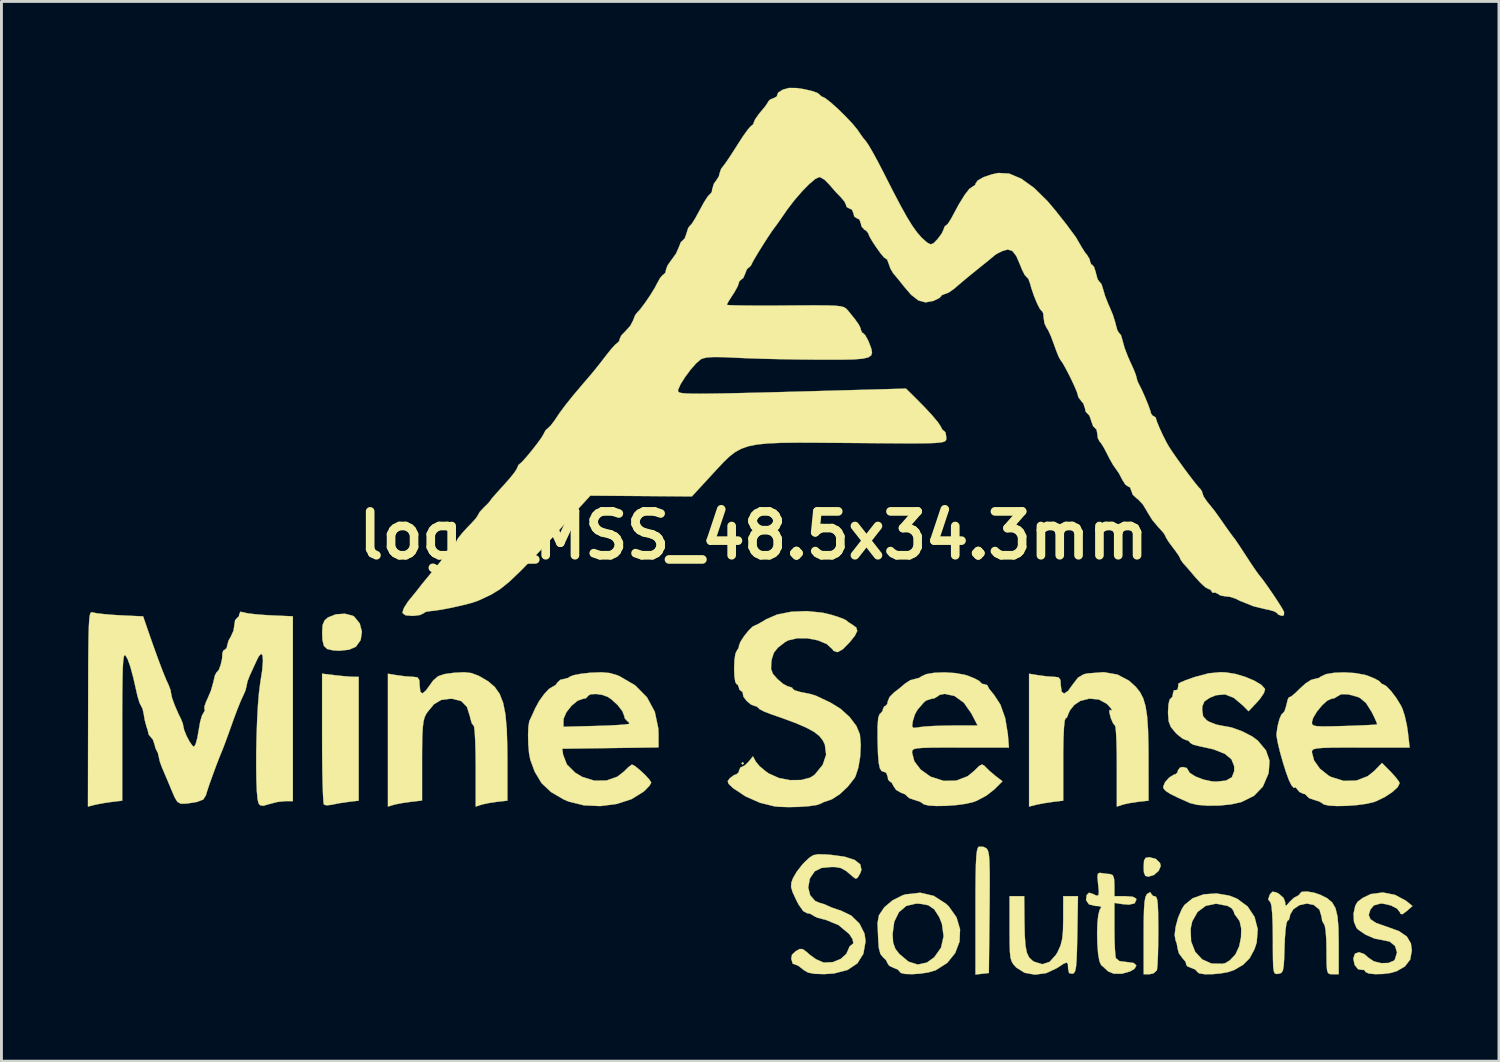
<source format=kicad_pcb>
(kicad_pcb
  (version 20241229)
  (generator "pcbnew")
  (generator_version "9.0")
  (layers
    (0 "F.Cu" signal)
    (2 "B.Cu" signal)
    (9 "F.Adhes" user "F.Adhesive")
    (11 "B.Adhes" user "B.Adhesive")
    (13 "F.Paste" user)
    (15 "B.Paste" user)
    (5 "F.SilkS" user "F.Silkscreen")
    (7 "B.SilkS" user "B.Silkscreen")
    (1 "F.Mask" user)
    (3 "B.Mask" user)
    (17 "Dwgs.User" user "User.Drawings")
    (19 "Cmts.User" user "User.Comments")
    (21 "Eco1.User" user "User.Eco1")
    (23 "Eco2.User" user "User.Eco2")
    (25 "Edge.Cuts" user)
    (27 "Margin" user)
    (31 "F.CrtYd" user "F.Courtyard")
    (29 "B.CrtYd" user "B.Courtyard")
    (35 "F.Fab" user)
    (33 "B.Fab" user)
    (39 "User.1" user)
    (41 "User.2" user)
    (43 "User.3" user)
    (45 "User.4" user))
  (footprint "logo_MSS_48.5x34.3mm"
    (layer "F.Cu")
    (at 23.123 15.545)
    (property "Reference" "logo_MSS_48.5x34.3mm" (at 0 0 0) (layer "F.SilkS") (effects (font (size 1.524 1.524) (thickness 0.3))))
    (attr through_hole)
    (fp_poly (pts (xy -0.339 7.916) (xy -0.381 7.959) (xy -0.423 7.916) (xy -0.381 7.874) (xy -0.339 7.916)) (stroke (width 0.01) (type solid)) (fill yes) (layer "F.SilkS"))
    (fp_poly (pts (xy 13.968 11.234) (xy 14.114 11.378) (xy 14.139 11.483) (xy 14.068 11.65) (xy 13.901 11.794) (xy 13.71 11.853) (xy 13.603 11.823) (xy 13.555 11.702) (xy 13.547 11.515) (xy 13.559 11.296) (xy 13.614 11.198) (xy 13.739 11.176) (xy 13.741 11.176) (xy 13.968 11.234)) (stroke (width 0.01) (type solid)) (fill yes) (layer "F.SilkS"))
    (fp_poly (pts (xy -14.541 4.856) (xy -14.247 4.887) (xy -13.996 4.907) (xy -13.906 4.91) (xy -13.716 4.911) (xy -13.716 9.212) (xy -14.076 9.255) (xy -14.359 9.296) (xy -14.607 9.344) (xy -14.648 9.354) (xy -14.83 9.375) (xy -14.924 9.348) (xy -14.94 9.249) (xy -14.955 9.005) (xy -14.968 8.637) (xy -14.978 8.168) (xy -14.984 7.621) (xy -14.986 7.044) (xy -14.986 4.802) (xy -14.541 4.856)) (stroke (width 0.01) (type solid)) (fill yes) (layer "F.SilkS"))
    (fp_poly (pts (xy -13.926 2.788) (xy -13.867 2.825) (xy -13.679 3.058) (xy -13.604 3.346) (xy -13.647 3.634) (xy -13.81 3.863) (xy -13.813 3.866) (xy -14.051 3.969) (xy -14.391 4.006) (xy -14.605 3.993) (xy -14.809 3.945) (xy -14.925 3.834) (xy -14.975 3.623) (xy -14.985 3.375) (xy -14.968 3.112) (xy -14.901 2.952) (xy -14.777 2.846) (xy -14.505 2.74) (xy -14.195 2.72) (xy -13.926 2.788)) (stroke (width 0.01) (type solid)) (fill yes) (layer "F.SilkS"))
    (fp_poly (pts (xy 7.985 10.817) (xy 8.079 10.864) (xy 8.121 10.912) (xy 8.154 10.998) (xy 8.177 11.141) (xy 8.191 11.364) (xy 8.199 11.684) (xy 8.2 12.123) (xy 8.197 12.7) (xy 8.193 13.081) (xy 8.17 15.198) (xy 7.938 15.224) (xy 7.705 15.251) (xy 7.705 13.053) (xy 7.706 12.368) (xy 7.711 11.834) (xy 7.72 11.433) (xy 7.735 11.148) (xy 7.756 10.962) (xy 7.784 10.855) (xy 7.821 10.811) (xy 7.823 10.81) (xy 7.985 10.817)) (stroke (width 0.01) (type solid)) (fill yes) (layer "F.SilkS"))
    (fp_poly (pts (xy 13.801 12.436) (xy 13.869 12.52) (xy 13.928 12.531) (xy 13.978 12.554) (xy 14.014 12.64) (xy 14.037 12.813) (xy 14.049 13.097) (xy 14.054 13.515) (xy 14.055 13.751) (xy 14.051 14.198) (xy 14.042 14.591) (xy 14.028 14.895) (xy 14.01 15.077) (xy 14.003 15.106) (xy 13.888 15.21) (xy 13.749 15.24) (xy 13.547 15.24) (xy 13.547 13.896) (xy 13.549 13.369) (xy 13.559 12.986) (xy 13.578 12.725) (xy 13.609 12.56) (xy 13.653 12.468) (xy 13.674 12.446) (xy 13.779 12.389) (xy 13.801 12.436)) (stroke (width 0.01) (type solid)) (fill yes) (layer "F.SilkS"))
    (fp_poly (pts (xy 9.406 13.399) (xy 9.417 13.894) (xy 9.443 14.249) (xy 9.491 14.494) (xy 9.568 14.657) (xy 9.682 14.767) (xy 9.746 14.807) (xy 10.029 14.892) (xy 10.282 14.81) (xy 10.504 14.561) (xy 10.562 14.46) (xy 10.659 14.246) (xy 10.717 14.019) (xy 10.745 13.727) (xy 10.753 13.318) (xy 10.753 13.314) (xy 10.753 12.531) (xy 11.265 12.531) (xy 11.242 13.863) (xy 11.231 14.369) (xy 11.218 14.731) (xy 11.199 14.972) (xy 11.171 15.118) (xy 11.131 15.194) (xy 11.076 15.223) (xy 11.07 15.224) (xy 10.957 15.2) (xy 10.922 15.048) (xy 10.922 15.035) (xy 10.916 14.885) (xy 10.873 14.833) (xy 10.762 14.878) (xy 10.546 15.02) (xy 10.533 15.028) (xy 10.164 15.201) (xy 9.774 15.255) (xy 9.412 15.19) (xy 9.123 15.008) (xy 9.118 15.003) (xy 9.025 14.9) (xy 8.962 14.798) (xy 8.922 14.663) (xy 8.901 14.462) (xy 8.892 14.164) (xy 8.89 13.734) (xy 8.89 13.648) (xy 8.89 12.531) (xy 9.398 12.531) (xy 9.406 13.399)) (stroke (width 0.01) (type solid)) (fill yes) (layer "F.SilkS"))
    (fp_poly (pts (xy 12.075 11.726) (xy 12.295 11.756) (xy 12.383 11.762) (xy 12.477 11.802) (xy 12.521 11.935) (xy 12.531 12.15) (xy 12.531 12.531) (xy 12.912 12.531) (xy 13.168 12.549) (xy 13.282 12.61) (xy 13.293 12.651) (xy 13.231 12.78) (xy 13.038 12.824) (xy 12.806 12.805) (xy 12.531 12.763) (xy 12.531 13.656) (xy 12.535 14.039) (xy 12.548 14.368) (xy 12.567 14.6) (xy 12.582 14.683) (xy 12.707 14.785) (xy 12.963 14.817) (xy 13.202 14.85) (xy 13.293 14.936) (xy 13.229 15.051) (xy 13.077 15.142) (xy 12.791 15.223) (xy 12.514 15.223) (xy 12.314 15.142) (xy 12.302 15.131) (xy 12.148 14.987) (xy 12.069 14.919) (xy 12.009 14.786) (xy 11.965 14.529) (xy 11.939 14.195) (xy 11.93 13.83) (xy 11.94 13.479) (xy 11.97 13.187) (xy 12.019 13.001) (xy 12.04 12.971) (xy 12.075 12.9) (xy 11.975 12.872) (xy 11.879 12.869) (xy 11.648 12.815) (xy 11.545 12.667) (xy 11.568 12.49) (xy 11.648 12.409) (xy 11.772 12.448) (xy 11.911 12.512) (xy 11.979 12.493) (xy 11.99 12.362) (xy 11.965 12.113) (xy 11.942 11.866) (xy 11.958 11.748) (xy 12.023 11.719) (xy 12.075 11.726)) (stroke (width 0.01) (type solid)) (fill yes) (layer "F.SilkS"))
    (fp_poly (pts (xy 6.254 12.518) (xy 6.678 12.79) (xy 6.777 12.883) (xy 7.047 13.263) (xy 7.17 13.68) (xy 7.152 14.105) (xy 7.001 14.504) (xy 6.724 14.847) (xy 6.326 15.1) (xy 6.305 15.109) (xy 6.078 15.175) (xy 5.797 15.219) (xy 5.511 15.238) (xy 5.266 15.231) (xy 5.111 15.195) (xy 5.08 15.157) (xy 5.008 15.077) (xy 4.868 15.021) (xy 4.71 14.947) (xy 4.657 14.869) (xy 4.595 14.745) (xy 4.501 14.657) (xy 4.404 14.537) (xy 4.349 14.327) (xy 4.327 14.031) (xy 4.32 13.846) (xy 4.826 13.846) (xy 4.826 13.847) (xy 4.846 14.147) (xy 4.925 14.361) (xy 5.059 14.535) (xy 5.379 14.803) (xy 5.7 14.904) (xy 6.017 14.836) (xy 6.276 14.65) (xy 6.51 14.316) (xy 6.599 13.919) (xy 6.54 13.489) (xy 6.445 13.253) (xy 6.275 12.988) (xy 6.067 12.844) (xy 5.767 12.791) (xy 5.63 12.789) (xy 5.303 12.867) (xy 5.049 13.083) (xy 4.884 13.417) (xy 4.826 13.846) (xy 4.32 13.846) (xy 4.316 13.751) (xy 4.307 13.546) (xy 4.303 13.468) (xy 4.353 13.193) (xy 4.537 12.918) (xy 4.822 12.676) (xy 5.175 12.499) (xy 5.282 12.466) (xy 5.787 12.41) (xy 6.254 12.518)) (stroke (width 0.01) (type solid)) (fill yes) (layer "F.SilkS"))
    (fp_poly (pts (xy 16.521 12.51) (xy 16.791 12.617) (xy 17.157 12.886) (xy 17.399 13.251) (xy 17.508 13.679) (xy 17.472 14.139) (xy 17.396 14.371) (xy 17.227 14.685) (xy 16.997 14.914) (xy 16.687 15.096) (xy 16.48 15.166) (xy 16.208 15.214) (xy 15.918 15.239) (xy 15.656 15.238) (xy 15.471 15.209) (xy 15.409 15.157) (xy 15.338 15.077) (xy 15.198 15.021) (xy 15.055 14.961) (xy 15.027 14.904) (xy 15.002 14.807) (xy 14.899 14.688) (xy 14.772 14.515) (xy 14.732 14.375) (xy 14.692 14.157) (xy 14.655 14.069) (xy 14.623 13.874) (xy 14.65 13.66) (xy 15.178 13.66) (xy 15.194 14.097) (xy 15.334 14.459) (xy 15.577 14.723) (xy 15.9 14.869) (xy 16.283 14.876) (xy 16.385 14.853) (xy 16.543 14.756) (xy 16.714 14.574) (xy 16.744 14.531) (xy 16.864 14.272) (xy 16.928 13.958) (xy 16.935 13.648) (xy 16.88 13.399) (xy 16.806 13.293) (xy 16.699 13.147) (xy 16.679 13.069) (xy 16.609 12.954) (xy 16.462 12.867) (xy 16.059 12.79) (xy 15.703 12.865) (xy 15.419 13.076) (xy 15.232 13.408) (xy 15.178 13.66) (xy 14.65 13.66) (xy 14.658 13.589) (xy 14.745 13.273) (xy 14.869 12.983) (xy 14.962 12.836) (xy 15.249 12.602) (xy 15.633 12.466) (xy 16.071 12.434) (xy 16.521 12.51)) (stroke (width 0.01) (type solid)) (fill yes) (layer "F.SilkS"))
    (fp_poly (pts (xy 22.273 12.483) (xy 22.652 12.685) (xy 22.681 12.708) (xy 22.882 12.872) (xy 22.681 13.048) (xy 22.536 13.155) (xy 22.468 13.144) (xy 22.454 13.1) (xy 22.35 12.964) (xy 22.134 12.851) (xy 21.864 12.789) (xy 21.77 12.785) (xy 21.54 12.85) (xy 21.422 12.993) (xy 21.363 13.182) (xy 21.424 13.332) (xy 21.62 13.46) (xy 21.968 13.583) (xy 21.999 13.592) (xy 22.418 13.746) (xy 22.688 13.933) (xy 22.828 14.17) (xy 22.86 14.412) (xy 22.803 14.731) (xy 22.619 14.97) (xy 22.327 15.138) (xy 22.115 15.198) (xy 21.852 15.231) (xy 21.587 15.237) (xy 21.372 15.216) (xy 21.258 15.168) (xy 21.251 15.148) (xy 21.191 15.085) (xy 21.146 15.092) (xy 20.994 15.067) (xy 20.875 14.919) (xy 20.828 14.696) (xy 20.884 14.527) (xy 21.025 14.475) (xy 21.211 14.541) (xy 21.353 14.667) (xy 21.542 14.793) (xy 21.795 14.855) (xy 22.048 14.849) (xy 22.235 14.771) (xy 22.27 14.73) (xy 22.346 14.483) (xy 22.278 14.262) (xy 22.092 14.106) (xy 21.845 14.055) (xy 21.563 14.001) (xy 21.251 13.865) (xy 20.994 13.689) (xy 20.939 13.631) (xy 20.85 13.417) (xy 20.837 13.133) (xy 20.896 12.862) (xy 20.976 12.725) (xy 21.154 12.591) (xy 21.402 12.47) (xy 21.45 12.453) (xy 21.851 12.401) (xy 22.273 12.483)) (stroke (width 0.01) (type solid)) (fill yes) (layer "F.SilkS"))
    (fp_poly (pts (xy -9.805 4.78) (xy -9.571 4.867) (xy -9.503 4.9) (xy -9.215 5.07) (xy -8.99 5.264) (xy -8.82 5.505) (xy -8.699 5.815) (xy -8.619 6.216) (xy -8.573 6.731) (xy -8.554 7.38) (xy -8.551 7.773) (xy -8.551 9.212) (xy -8.911 9.252) (xy -9.187 9.293) (xy -9.421 9.343) (xy -9.461 9.355) (xy -9.652 9.418) (xy -9.652 8.011) (xy -9.656 7.544) (xy -9.668 7.143) (xy -9.685 6.835) (xy -9.707 6.648) (xy -9.726 6.604) (xy -9.786 6.53) (xy -9.84 6.346) (xy -9.849 6.297) (xy -9.955 5.958) (xy -10.149 5.756) (xy -10.451 5.676) (xy -10.541 5.673) (xy -10.852 5.715) (xy -11.1 5.862) (xy -11.331 6.141) (xy -11.369 6.199) (xy -11.425 6.311) (xy -11.465 6.463) (xy -11.491 6.681) (xy -11.507 6.995) (xy -11.514 7.43) (xy -11.515 7.818) (xy -11.515 9.207) (xy -11.917 9.254) (xy -12.202 9.295) (xy -12.444 9.342) (xy -12.509 9.359) (xy -12.7 9.418) (xy -12.7 4.804) (xy -12.383 4.856) (xy -12.101 4.893) (xy -11.847 4.91) (xy -11.832 4.91) (xy -11.675 4.929) (xy -11.611 5.021) (xy -11.599 5.207) (xy -11.576 5.429) (xy -11.504 5.49) (xy -11.382 5.388) (xy -11.297 5.271) (xy -11.125 5.033) (xy -10.958 4.892) (xy -10.737 4.816) (xy -10.406 4.771) (xy -10.392 4.77) (xy -10.053 4.752) (xy -9.805 4.78)) (stroke (width 0.01) (type solid)) (fill yes) (layer "F.SilkS"))
    (fp_poly (pts (xy 12.636 4.833) (xy 13.039 5.047) (xy 13.271 5.256) (xy 13.418 5.44) (xy 13.53 5.655) (xy 13.611 5.926) (xy 13.666 6.278) (xy 13.698 6.735) (xy 13.713 7.322) (xy 13.715 7.717) (xy 13.716 9.212) (xy 13.356 9.252) (xy 13.08 9.293) (xy 12.846 9.343) (xy 12.806 9.355) (xy 12.615 9.418) (xy 12.615 8.011) (xy 12.612 7.544) (xy 12.602 7.143) (xy 12.586 6.835) (xy 12.567 6.648) (xy 12.551 6.604) (xy 12.487 6.532) (xy 12.41 6.354) (xy 12.396 6.311) (xy 12.354 6.134) (xy 12.363 6.059) (xy 12.375 6.062) (xy 12.446 6.085) (xy 12.417 6.015) (xy 12.302 5.885) (xy 12.261 5.845) (xy 11.991 5.699) (xy 11.663 5.667) (xy 11.342 5.749) (xy 11.138 5.888) (xy 10.993 6.065) (xy 10.923 6.213) (xy 10.922 6.227) (xy 10.875 6.337) (xy 10.837 6.35) (xy 10.804 6.433) (xy 10.779 6.672) (xy 10.761 7.056) (xy 10.753 7.572) (xy 10.753 7.781) (xy 10.753 9.212) (xy 10.393 9.255) (xy 10.103 9.298) (xy 9.842 9.348) (xy 9.8 9.358) (xy 9.567 9.418) (xy 9.567 4.804) (xy 9.885 4.856) (xy 10.166 4.893) (xy 10.42 4.91) (xy 10.435 4.91) (xy 10.592 4.929) (xy 10.656 5.021) (xy 10.668 5.207) (xy 10.698 5.429) (xy 10.784 5.493) (xy 10.92 5.402) (xy 11.086 5.173) (xy 11.265 4.94) (xy 11.465 4.823) (xy 11.593 4.793) (xy 12.162 4.75) (xy 12.636 4.833)) (stroke (width 0.01) (type solid)) (fill yes) (layer "F.SilkS"))
    (fp_poly (pts (xy 19.465 12.408) (xy 19.674 12.478) (xy 19.918 12.599) (xy 20.092 12.746) (xy 20.209 12.947) (xy 20.278 13.231) (xy 20.312 13.627) (xy 20.32 14.151) (xy 20.32 15.24) (xy 20.108 15.24) (xy 20.012 15.235) (xy 19.951 15.199) (xy 19.916 15.1) (xy 19.901 14.909) (xy 19.897 14.593) (xy 19.897 14.398) (xy 19.889 14.03) (xy 19.867 13.735) (xy 19.835 13.548) (xy 19.812 13.504) (xy 19.746 13.387) (xy 19.727 13.251) (xy 19.653 12.998) (xy 19.454 12.833) (xy 19.214 12.785) (xy 18.955 12.842) (xy 18.743 12.985) (xy 18.632 13.175) (xy 18.627 13.227) (xy 18.589 13.354) (xy 18.545 13.377) (xy 18.509 13.457) (xy 18.476 13.673) (xy 18.451 13.995) (xy 18.439 14.287) (xy 18.427 14.69) (xy 18.41 14.953) (xy 18.382 15.108) (xy 18.336 15.187) (xy 18.264 15.218) (xy 18.224 15.225) (xy 18.15 15.231) (xy 18.098 15.208) (xy 18.065 15.13) (xy 18.046 14.973) (xy 18.037 14.712) (xy 18.034 14.321) (xy 18.034 14.023) (xy 18.028 13.539) (xy 18.012 13.15) (xy 17.987 12.879) (xy 17.955 12.749) (xy 17.949 12.742) (xy 17.871 12.644) (xy 17.92 12.491) (xy 17.945 12.45) (xy 18.024 12.373) (xy 18.145 12.396) (xy 18.24 12.443) (xy 18.406 12.59) (xy 18.46 12.735) (xy 18.469 12.852) (xy 18.514 12.844) (xy 18.622 12.721) (xy 18.766 12.583) (xy 18.873 12.531) (xy 18.961 12.471) (xy 18.965 12.446) (xy 19.037 12.378) (xy 19.22 12.367) (xy 19.465 12.408)) (stroke (width 0.01) (type solid)) (fill yes) (layer "F.SilkS"))
    (fp_poly (pts (xy 2.482 11.08) (xy 2.667 11.092) (xy 3.159 11.158) (xy 3.507 11.27) (xy 3.704 11.424) (xy 3.745 11.617) (xy 3.708 11.722) (xy 3.615 11.887) (xy 3.547 11.925) (xy 3.453 11.858) (xy 3.436 11.842) (xy 3.21 11.651) (xy 3.033 11.553) (xy 2.841 11.518) (xy 2.707 11.515) (xy 2.358 11.548) (xy 2.125 11.665) (xy 1.97 11.887) (xy 1.949 11.935) (xy 1.896 12.231) (xy 1.966 12.502) (xy 2.14 12.697) (xy 2.276 12.755) (xy 2.474 12.816) (xy 2.582 12.866) (xy 2.712 12.924) (xy 2.934 13) (xy 3.022 13.026) (xy 3.392 13.205) (xy 3.68 13.487) (xy 3.853 13.833) (xy 3.888 14.095) (xy 3.812 14.531) (xy 3.602 14.864) (xy 3.261 15.092) (xy 2.789 15.214) (xy 2.45 15.236) (xy 2.115 15.226) (xy 1.896 15.184) (xy 1.744 15.098) (xy 1.713 15.071) (xy 1.554 14.948) (xy 1.443 14.901) (xy 1.358 14.875) (xy 1.355 14.866) (xy 1.328 14.766) (xy 1.306 14.703) (xy 1.334 14.56) (xy 1.464 14.44) (xy 1.603 14.363) (xy 1.712 14.37) (xy 1.855 14.477) (xy 1.934 14.551) (xy 2.165 14.718) (xy 2.405 14.824) (xy 2.454 14.835) (xy 2.748 14.82) (xy 3.022 14.711) (xy 3.217 14.537) (xy 3.27 14.425) (xy 3.335 14.271) (xy 3.396 14.224) (xy 3.465 14.166) (xy 3.437 14.024) (xy 3.321 13.843) (xy 3.32 13.843) (xy 2.949 13.533) (xy 2.494 13.346) (xy 2.424 13.332) (xy 2.21 13.275) (xy 2.078 13.21) (xy 2.068 13.198) (xy 1.954 13.135) (xy 1.864 13.123) (xy 1.724 13.048) (xy 1.562 12.819) (xy 1.478 12.657) (xy 1.353 12.387) (xy 1.301 12.207) (xy 1.312 12.057) (xy 1.362 11.916) (xy 1.493 11.687) (xy 1.69 11.434) (xy 1.774 11.345) (xy 1.938 11.191) (xy 2.073 11.106) (xy 2.236 11.074) (xy 2.482 11.08)) (stroke (width 0.01) (type solid)) (fill yes) (layer "F.SilkS"))
    (fp_poly (pts (xy -5.001 4.779) (xy -4.749 4.852) (xy -4.656 4.89) (xy -4.114 5.207) (xy -3.703 5.623) (xy -3.432 6.125) (xy -3.31 6.702) (xy -3.303 6.877) (xy -3.302 7.362) (xy -4.974 7.385) (xy -6.646 7.408) (xy -6.617 7.615) (xy -6.485 7.954) (xy -6.194 8.243) (xy -5.947 8.389) (xy -5.53 8.517) (xy -5.109 8.512) (xy -4.73 8.378) (xy -4.508 8.205) (xy -4.349 8.049) (xy -4.237 7.964) (xy -4.221 7.959) (xy -4.116 8.014) (xy -3.949 8.15) (xy -3.767 8.32) (xy -3.621 8.479) (xy -3.556 8.583) (xy -3.556 8.586) (xy -3.615 8.691) (xy -3.764 8.848) (xy -3.827 8.904) (xy -4.243 9.161) (xy -4.758 9.327) (xy -5.325 9.4) (xy -5.896 9.374) (xy -6.424 9.244) (xy -6.588 9.174) (xy -7.038 8.912) (xy -7.364 8.604) (xy -7.602 8.207) (xy -7.756 7.789) (xy -7.799 7.564) (xy -7.825 7.259) (xy -7.833 6.933) (xy -7.822 6.646) (xy -6.604 6.646) (xy -5.482 6.617) (xy -5.064 6.603) (xy -4.71 6.585) (xy -4.453 6.565) (xy -4.325 6.546) (xy -4.318 6.542) (xy -4.341 6.478) (xy -4.381 6.458) (xy -4.476 6.352) (xy -4.49 6.279) (xy -4.557 6.105) (xy -4.721 5.892) (xy -4.939 5.693) (xy -5.063 5.609) (xy -5.255 5.538) (xy -5.474 5.507) (xy -5.66 5.518) (xy -5.755 5.573) (xy -5.757 5.588) (xy -5.828 5.658) (xy -5.92 5.673) (xy -6.115 5.742) (xy -6.325 5.916) (xy -6.502 6.141) (xy -6.598 6.364) (xy -6.604 6.42) (xy -6.604 6.646) (xy -7.822 6.646) (xy -7.822 6.645) (xy -7.791 6.455) (xy -7.783 6.435) (xy -7.707 6.275) (xy -7.604 6.048) (xy -7.588 6.011) (xy -7.45 5.756) (xy -7.277 5.515) (xy -7.107 5.332) (xy -6.974 5.25) (xy -6.963 5.249) (xy -6.86 5.182) (xy -6.827 5.122) (xy -6.712 5.014) (xy -6.624 4.995) (xy -6.442 4.949) (xy -6.378 4.905) (xy -6.254 4.855) (xy -6.011 4.808) (xy -5.698 4.772) (xy -5.663 4.769) (xy -5.283 4.754) (xy -5.001 4.779)) (stroke (width 0.01) (type solid)) (fill yes) (layer "F.SilkS"))
    (fp_poly (pts (xy 16.406 4.758) (xy 16.734 4.811) (xy 17.077 4.913) (xy 17.39 5.045) (xy 17.631 5.188) (xy 17.755 5.324) (xy 17.762 5.346) (xy 17.722 5.476) (xy 17.592 5.669) (xy 17.488 5.79) (xy 17.189 6.106) (xy 16.997 5.911) (xy 16.676 5.64) (xy 16.374 5.522) (xy 16.061 5.55) (xy 15.846 5.637) (xy 15.657 5.763) (xy 15.586 5.929) (xy 15.579 6.058) (xy 15.611 6.283) (xy 15.741 6.425) (xy 15.828 6.475) (xy 16.066 6.569) (xy 16.273 6.611) (xy 16.596 6.669) (xy 16.97 6.804) (xy 17.316 6.982) (xy 17.514 7.129) (xy 17.795 7.468) (xy 17.917 7.821) (xy 17.891 8.218) (xy 17.874 8.287) (xy 17.686 8.723) (xy 17.378 9.044) (xy 16.939 9.261) (xy 16.929 9.264) (xy 16.594 9.339) (xy 16.189 9.381) (xy 15.773 9.387) (xy 15.405 9.357) (xy 15.155 9.295) (xy 14.748 9.114) (xy 14.475 8.979) (xy 14.313 8.876) (xy 14.238 8.791) (xy 14.224 8.732) (xy 14.288 8.573) (xy 14.435 8.408) (xy 14.6 8.306) (xy 14.648 8.297) (xy 14.723 8.229) (xy 14.732 8.17) (xy 14.803 8.067) (xy 14.901 8.043) (xy 15.039 8.076) (xy 15.071 8.121) (xy 15.147 8.247) (xy 15.344 8.372) (xy 15.614 8.477) (xy 15.91 8.541) (xy 16.065 8.551) (xy 16.408 8.515) (xy 16.612 8.396) (xy 16.693 8.182) (xy 16.69 8.012) (xy 16.596 7.775) (xy 16.362 7.583) (xy 15.978 7.431) (xy 15.48 7.321) (xy 15.273 7.269) (xy 15.162 7.206) (xy 15.155 7.189) (xy 15.087 7.121) (xy 15.029 7.112) (xy 14.896 7.055) (xy 14.714 6.911) (xy 14.648 6.845) (xy 14.492 6.655) (xy 14.416 6.463) (xy 14.394 6.193) (xy 14.393 6.126) (xy 14.408 5.875) (xy 14.444 5.71) (xy 14.478 5.673) (xy 14.546 5.602) (xy 14.563 5.498) (xy 14.595 5.381) (xy 14.647 5.376) (xy 14.724 5.359) (xy 14.751 5.214) (xy 14.747 5.157) (xy 14.818 5.109) (xy 15.012 5.027) (xy 15.288 4.929) (xy 15.331 4.915) (xy 15.799 4.79) (xy 16.211 4.75) (xy 16.406 4.758)) (stroke (width 0.01) (type solid)) (fill yes) (layer "F.SilkS"))
    (fp_poly (pts (xy 20.89 4.781) (xy 21.223 4.841) (xy 21.329 4.874) (xy 21.568 4.971) (xy 21.724 5.057) (xy 21.759 5.097) (xy 21.825 5.162) (xy 21.849 5.165) (xy 21.971 5.232) (xy 22.139 5.406) (xy 22.319 5.643) (xy 22.477 5.902) (xy 22.529 6.006) (xy 22.613 6.261) (xy 22.688 6.596) (xy 22.724 6.838) (xy 22.784 7.366) (xy 21.086 7.366) (xy 20.51 7.367) (xy 20.081 7.37) (xy 19.778 7.379) (xy 19.579 7.395) (xy 19.463 7.42) (xy 19.407 7.456) (xy 19.39 7.506) (xy 19.389 7.528) (xy 19.465 7.816) (xy 19.668 8.102) (xy 19.965 8.339) (xy 20.051 8.387) (xy 20.492 8.525) (xy 20.931 8.515) (xy 21.329 8.361) (xy 21.555 8.18) (xy 21.823 7.904) (xy 22.13 8.213) (xy 22.305 8.405) (xy 22.416 8.556) (xy 22.437 8.607) (xy 22.365 8.747) (xy 22.178 8.917) (xy 21.917 9.089) (xy 21.624 9.23) (xy 21.548 9.258) (xy 21.292 9.32) (xy 20.964 9.365) (xy 20.607 9.392) (xy 20.267 9.399) (xy 19.986 9.384) (xy 19.809 9.346) (xy 19.774 9.32) (xy 19.663 9.248) (xy 19.472 9.186) (xy 19.295 9.125) (xy 19.219 9.054) (xy 19.219 9.053) (xy 19.151 8.983) (xy 19.097 8.975) (xy 18.956 8.909) (xy 18.887 8.826) (xy 18.819 8.742) (xy 18.799 8.761) (xy 18.758 8.765) (xy 18.675 8.67) (xy 18.593 8.501) (xy 18.49 8.221) (xy 18.382 7.877) (xy 18.281 7.52) (xy 18.204 7.199) (xy 18.162 6.962) (xy 18.16 6.89) (xy 18.201 6.615) (xy 18.233 6.492) (xy 19.389 6.492) (xy 19.399 6.557) (xy 19.447 6.6) (xy 19.559 6.625) (xy 19.763 6.634) (xy 20.084 6.63) (xy 20.511 6.619) (xy 20.927 6.605) (xy 21.277 6.59) (xy 21.528 6.577) (xy 21.65 6.566) (xy 21.656 6.564) (xy 21.633 6.484) (xy 21.55 6.301) (xy 21.461 6.124) (xy 21.27 5.822) (xy 21.065 5.648) (xy 20.966 5.604) (xy 20.645 5.519) (xy 20.402 5.516) (xy 20.278 5.588) (xy 20.158 5.66) (xy 20.068 5.673) (xy 19.92 5.74) (xy 19.737 5.907) (xy 19.56 6.125) (xy 19.43 6.343) (xy 19.389 6.492) (xy 18.233 6.492) (xy 18.264 6.373) (xy 18.334 6.214) (xy 18.376 6.181) (xy 18.438 6.107) (xy 18.497 5.924) (xy 18.506 5.88) (xy 18.552 5.696) (xy 18.595 5.618) (xy 18.603 5.621) (xy 18.678 5.588) (xy 18.829 5.46) (xy 18.961 5.329) (xy 19.169 5.141) (xy 19.358 5.02) (xy 19.443 4.995) (xy 19.63 4.95) (xy 19.703 4.902) (xy 19.877 4.819) (xy 20.167 4.77) (xy 20.521 4.757) (xy 20.89 4.781)) (stroke (width 0.01) (type solid)) (fill yes) (layer "F.SilkS"))
    (fp_poly (pts (xy 7.005 4.781) (xy 7.337 4.841) (xy 7.444 4.874) (xy 7.682 4.971) (xy 7.839 5.057) (xy 7.874 5.097) (xy 7.943 5.157) (xy 8.001 5.165) (xy 8.114 5.2) (xy 8.128 5.229) (xy 8.18 5.328) (xy 8.31 5.489) (xy 8.339 5.521) (xy 8.569 5.871) (xy 8.737 6.343) (xy 8.829 6.895) (xy 8.831 6.921) (xy 8.866 7.366) (xy 7.185 7.366) (xy 6.612 7.367) (xy 6.187 7.37) (xy 5.887 7.378) (xy 5.691 7.393) (xy 5.576 7.418) (xy 5.522 7.455) (xy 5.505 7.507) (xy 5.503 7.543) (xy 5.582 7.845) (xy 5.801 8.132) (xy 6.129 8.368) (xy 6.16 8.384) (xy 6.603 8.525) (xy 7.039 8.516) (xy 7.433 8.363) (xy 7.663 8.176) (xy 7.83 8.01) (xy 7.932 7.955) (xy 8.013 7.997) (xy 8.049 8.037) (xy 8.202 8.187) (xy 8.402 8.355) (xy 8.407 8.358) (xy 8.643 8.539) (xy 8.353 8.828) (xy 8.084 9.037) (xy 7.754 9.213) (xy 7.636 9.258) (xy 7.37 9.321) (xy 7.038 9.366) (xy 6.682 9.392) (xy 6.346 9.397) (xy 6.075 9.381) (xy 5.912 9.34) (xy 5.888 9.32) (xy 5.778 9.248) (xy 5.587 9.186) (xy 5.41 9.127) (xy 5.334 9.063) (xy 5.334 9.062) (xy 5.262 8.992) (xy 5.128 8.941) (xy 4.948 8.838) (xy 4.868 8.72) (xy 4.792 8.584) (xy 4.736 8.551) (xy 4.671 8.48) (xy 4.657 8.382) (xy 4.606 8.245) (xy 4.535 8.213) (xy 4.449 8.187) (xy 4.387 8.094) (xy 4.347 7.91) (xy 4.321 7.61) (xy 4.307 7.169) (xy 4.305 7.074) (xy 4.305 6.631) (xy 4.306 6.626) (xy 5.504 6.626) (xy 5.552 6.687) (xy 5.718 6.667) (xy 5.755 6.66) (xy 5.958 6.636) (xy 6.279 6.617) (xy 6.665 6.606) (xy 6.907 6.604) (xy 7.781 6.604) (xy 7.562 6.181) (xy 7.299 5.807) (xy 6.979 5.577) (xy 6.638 5.503) (xy 6.464 5.537) (xy 6.392 5.588) (xy 6.273 5.66) (xy 6.179 5.673) (xy 5.991 5.734) (xy 5.909 5.803) (xy 5.758 5.978) (xy 5.693 6.052) (xy 5.601 6.217) (xy 5.531 6.443) (xy 5.504 6.626) (xy 4.306 6.626) (xy 4.327 6.347) (xy 4.371 6.212) (xy 4.388 6.2) (xy 4.479 6.098) (xy 4.487 6.047) (xy 4.535 5.939) (xy 4.572 5.927) (xy 4.642 5.856) (xy 4.657 5.769) (xy 4.721 5.613) (xy 4.877 5.455) (xy 4.881 5.452) (xy 5.096 5.287) (xy 5.262 5.144) (xy 5.441 5.028) (xy 5.571 4.995) (xy 5.754 4.946) (xy 5.817 4.902) (xy 5.992 4.819) (xy 6.281 4.77) (xy 6.636 4.757) (xy 7.005 4.781)) (stroke (width 0.01) (type solid)) (fill yes) (layer "F.SilkS"))
    (fp_poly (pts (xy 2.385 2.683) (xy 2.671 2.749) (xy 2.942 2.834) (xy 3.141 2.909) (xy 3.217 2.951) (xy 3.319 3.032) (xy 3.424 3.096) (xy 3.566 3.2) (xy 3.599 3.318) (xy 3.517 3.485) (xy 3.339 3.708) (xy 3.097 3.955) (xy 2.915 4.054) (xy 2.78 4.011) (xy 2.735 3.951) (xy 2.541 3.773) (xy 2.237 3.645) (xy 1.877 3.575) (xy 1.515 3.572) (xy 1.204 3.644) (xy 1.098 3.701) (xy 0.845 3.896) (xy 0.703 4.075) (xy 0.632 4.297) (xy 0.616 4.401) (xy 0.605 4.636) (xy 0.671 4.81) (xy 0.83 4.991) (xy 1.019 5.152) (xy 1.183 5.242) (xy 1.221 5.249) (xy 1.338 5.288) (xy 1.355 5.323) (xy 1.429 5.381) (xy 1.617 5.437) (xy 1.697 5.452) (xy 1.953 5.504) (xy 2.155 5.564) (xy 2.184 5.577) (xy 2.35 5.656) (xy 2.589 5.768) (xy 2.667 5.805) (xy 3.019 6.021) (xy 3.335 6.308) (xy 3.573 6.623) (xy 3.691 6.912) (xy 3.722 7.273) (xy 3.702 7.677) (xy 3.638 8.062) (xy 3.54 8.364) (xy 3.502 8.433) (xy 3.266 8.732) (xy 2.99 8.989) (xy 2.724 9.161) (xy 2.625 9.198) (xy 2.43 9.263) (xy 2.328 9.317) (xy 2.182 9.365) (xy 1.916 9.404) (xy 1.577 9.428) (xy 1.216 9.436) (xy 0.88 9.425) (xy 0.72 9.409) (xy 0.222 9.285) (xy -0.282 9.063) (xy -0.707 8.781) (xy -0.723 8.767) (xy -0.871 8.626) (xy -0.9 8.533) (xy -0.826 8.434) (xy -0.824 8.431) (xy -0.679 8.324) (xy -0.599 8.297) (xy -0.518 8.229) (xy -0.508 8.17) (xy -0.458 8.058) (xy -0.416 8.043) (xy -0.299 7.983) (xy -0.173 7.858) (xy -0.023 7.672) (xy 0.077 7.859) (xy 0.207 8.015) (xy 0.422 8.195) (xy 0.533 8.271) (xy 0.875 8.424) (xy 1.263 8.499) (xy 1.645 8.495) (xy 1.967 8.412) (xy 2.117 8.315) (xy 2.399 7.97) (xy 2.519 7.616) (xy 2.474 7.265) (xy 2.403 7.118) (xy 2.283 6.966) (xy 2.097 6.821) (xy 1.823 6.673) (xy 1.44 6.509) (xy 0.925 6.32) (xy 0.614 6.213) (xy 0.37 6.119) (xy 0.209 6.036) (xy 0.169 5.995) (xy 0.101 5.934) (xy 0.046 5.927) (xy -0.093 5.873) (xy -0.243 5.746) (xy -0.354 5.601) (xy -0.374 5.491) (xy -0.373 5.491) (xy -0.391 5.423) (xy -0.418 5.419) (xy -0.498 5.35) (xy -0.508 5.292) (xy -0.554 5.179) (xy -0.593 5.165) (xy -0.637 5.087) (xy -0.667 4.881) (xy -0.677 4.619) (xy -0.665 4.33) (xy -0.633 4.114) (xy -0.593 4.022) (xy -0.518 3.901) (xy -0.507 3.826) (xy -0.456 3.693) (xy -0.334 3.503) (xy -0.181 3.312) (xy -0.04 3.172) (xy 0.034 3.133) (xy 0.131 3.091) (xy 0.319 2.985) (xy 0.44 2.911) (xy 0.822 2.746) (xy 1.309 2.651) (xy 1.847 2.629) (xy 2.385 2.683)) (stroke (width 0.01) (type solid)) (fill yes) (layer "F.SilkS"))
    (fp_poly (pts (xy -17.716 2.673) (xy -17.569 2.706) (xy -17.3 2.739) (xy -16.955 2.766) (xy -16.785 2.775) (xy -16.002 2.81) (xy -16.002 9.229) (xy -16.271 9.229) (xy -16.547 9.259) (xy -16.826 9.332) (xy -17.029 9.391) (xy -17.14 9.37) (xy -17.191 9.311) (xy -17.227 9.166) (xy -17.253 8.881) (xy -17.269 8.487) (xy -17.275 8.013) (xy -17.273 7.489) (xy -17.261 6.943) (xy -17.242 6.407) (xy -17.215 5.909) (xy -17.18 5.48) (xy -17.138 5.148) (xy -17.133 5.114) (xy -17.067 4.684) (xy -17.041 4.365) (xy -17.053 4.17) (xy -17.102 4.11) (xy -17.184 4.197) (xy -17.247 4.319) (xy -17.373 4.592) (xy -17.491 4.85) (xy -17.496 4.86) (xy -17.578 5.071) (xy -17.611 5.228) (xy -17.649 5.388) (xy -17.733 5.575) (xy -17.814 5.754) (xy -17.931 6.043) (xy -18.062 6.393) (xy -18.122 6.562) (xy -18.248 6.914) (xy -18.36 7.22) (xy -18.442 7.435) (xy -18.466 7.493) (xy -18.555 7.709) (xy -18.671 8.012) (xy -18.795 8.349) (xy -18.909 8.668) (xy -18.992 8.92) (xy -19.024 9.03) (xy -19.117 9.175) (xy -19.334 9.256) (xy -19.376 9.264) (xy -19.693 9.314) (xy -19.89 9.319) (xy -20.013 9.253) (xy -20.109 9.095) (xy -20.214 8.848) (xy -20.346 8.532) (xy -20.471 8.239) (xy -20.542 8.073) (xy -20.622 7.855) (xy -20.659 7.691) (xy -20.659 7.685) (xy -20.695 7.536) (xy -20.717 7.505) (xy -20.776 7.381) (xy -20.804 7.262) (xy -20.864 7.089) (xy -20.922 7.022) (xy -21.009 6.917) (xy -21.015 6.891) (xy -21.045 6.757) (xy -21.084 6.641) (xy -21.144 6.423) (xy -21.179 6.218) (xy -21.22 6.024) (xy -21.272 5.922) (xy -21.326 5.817) (xy -21.39 5.607) (xy -21.416 5.499) (xy -21.542 4.946) (xy -21.649 4.548) (xy -21.743 4.29) (xy -21.819 4.164) (xy -21.851 4.158) (xy -21.876 4.223) (xy -21.895 4.373) (xy -21.91 4.622) (xy -21.919 4.987) (xy -21.925 5.481) (xy -21.928 6.12) (xy -21.929 6.632) (xy -21.929 9.212) (xy -22.288 9.255) (xy -22.579 9.298) (xy -22.841 9.348) (xy -22.883 9.358) (xy -23.118 9.418) (xy -23.112 6.014) (xy -23.11 5.164) (xy -23.108 4.469) (xy -23.103 3.914) (xy -23.097 3.482) (xy -23.087 3.16) (xy -23.074 2.933) (xy -23.056 2.785) (xy -23.034 2.702) (xy -23.006 2.668) (xy -22.971 2.669) (xy -22.962 2.672) (xy -22.817 2.703) (xy -22.549 2.735) (xy -22.204 2.763) (xy -22.01 2.774) (xy -21.202 2.812) (xy -21.024 3.332) (xy -20.844 3.846) (xy -20.673 4.318) (xy -20.521 4.718) (xy -20.4 5.017) (xy -20.321 5.185) (xy -20.248 5.377) (xy -20.235 5.468) (xy -20.199 5.642) (xy -20.102 5.909) (xy -19.968 6.214) (xy -19.89 6.37) (xy -19.824 6.535) (xy -19.812 6.602) (xy -19.777 6.76) (xy -19.693 6.967) (xy -19.586 7.168) (xy -19.487 7.308) (xy -19.432 7.338) (xy -19.378 7.246) (xy -19.319 7.033) (xy -19.273 6.766) (xy -19.222 6.477) (xy -19.16 6.259) (xy -19.106 6.164) (xy -19.056 6.075) (xy -19.072 6.046) (xy -19.073 5.941) (xy -19.005 5.752) (xy -18.97 5.681) (xy -18.846 5.39) (xy -18.761 5.086) (xy -18.756 5.059) (xy -18.706 4.855) (xy -18.647 4.747) (xy -18.633 4.741) (xy -18.572 4.668) (xy -18.508 4.494) (xy -18.46 4.283) (xy -18.448 4.103) (xy -18.45 4.085) (xy -18.409 3.988) (xy -18.376 3.979) (xy -18.3 3.909) (xy -18.285 3.831) (xy -18.234 3.648) (xy -18.158 3.519) (xy -18.063 3.308) (xy -18.034 3.116) (xy -18.008 2.945) (xy -17.949 2.879) (xy -17.876 2.809) (xy -17.865 2.743) (xy -17.824 2.65) (xy -17.716 2.673)) (stroke (width 0.01) (type solid)) (fill yes) (layer "F.SilkS"))
    (fp_poly (pts (xy 1.477 -15.539) (xy 1.752 -15.498) (xy 2.02 -15.436) (xy 2.21 -15.37) (xy 2.272 -15.324) (xy 2.359 -15.242) (xy 2.377 -15.24) (xy 2.493 -15.182) (xy 2.689 -15.028) (xy 2.931 -14.811) (xy 3.185 -14.562) (xy 3.42 -14.314) (xy 3.601 -14.097) (xy 3.677 -13.985) (xy 3.8 -13.809) (xy 3.897 -13.694) (xy 3.989 -13.561) (xy 4.135 -13.312) (xy 4.314 -12.984) (xy 4.495 -12.635) (xy 4.825 -11.985) (xy 5.096 -11.468) (xy 5.32 -11.065) (xy 5.509 -10.757) (xy 5.676 -10.524) (xy 5.831 -10.345) (xy 5.989 -10.202) (xy 6.034 -10.167) (xy 6.147 -10.108) (xy 6.252 -10.149) (xy 6.394 -10.297) (xy 6.531 -10.482) (xy 6.601 -10.628) (xy 6.604 -10.647) (xy 6.646 -10.745) (xy 6.669 -10.753) (xy 6.745 -10.821) (xy 6.855 -10.992) (xy 6.897 -11.07) (xy 7.126 -11.495) (xy 7.328 -11.822) (xy 7.49 -12.033) (xy 7.599 -12.107) (xy 7.697 -12.174) (xy 7.705 -12.214) (xy 7.782 -12.325) (xy 7.985 -12.441) (xy 8.273 -12.539) (xy 8.5 -12.588) (xy 8.876 -12.566) (xy 9.294 -12.39) (xy 9.742 -12.068) (xy 10.21 -11.607) (xy 10.499 -11.263) (xy 10.678 -11.036) (xy 10.839 -10.832) (xy 10.857 -10.81) (xy 11.195 -10.352) (xy 11.403 -9.994) (xy 11.405 -9.991) (xy 11.516 -9.818) (xy 11.573 -9.752) (xy 11.669 -9.594) (xy 11.684 -9.519) (xy 11.726 -9.41) (xy 11.759 -9.398) (xy 11.823 -9.324) (xy 11.882 -9.142) (xy 11.89 -9.102) (xy 11.944 -8.906) (xy 12.006 -8.808) (xy 12.016 -8.805) (xy 12.08 -8.732) (xy 12.136 -8.556) (xy 12.137 -8.552) (xy 12.207 -8.314) (xy 12.32 -8.029) (xy 12.358 -7.946) (xy 12.478 -7.659) (xy 12.566 -7.376) (xy 12.581 -7.311) (xy 12.634 -7.121) (xy 12.693 -7.029) (xy 12.7 -7.027) (xy 12.758 -6.954) (xy 12.813 -6.773) (xy 12.819 -6.744) (xy 12.887 -6.503) (xy 13.004 -6.2) (xy 13.082 -6.025) (xy 13.197 -5.772) (xy 13.274 -5.577) (xy 13.293 -5.503) (xy 13.331 -5.361) (xy 13.374 -5.269) (xy 13.48 -5.059) (xy 13.598 -4.795) (xy 13.705 -4.533) (xy 13.78 -4.326) (xy 13.801 -4.238) (xy 13.862 -4.152) (xy 13.885 -4.149) (xy 13.968 -4.092) (xy 13.97 -4.075) (xy 14.005 -3.954) (xy 14.094 -3.738) (xy 14.213 -3.481) (xy 14.336 -3.237) (xy 14.417 -3.093) (xy 14.554 -2.885) (xy 14.74 -2.619) (xy 14.949 -2.329) (xy 15.157 -2.051) (xy 15.337 -1.818) (xy 15.464 -1.664) (xy 15.508 -1.623) (xy 15.574 -1.525) (xy 15.579 -1.488) (xy 15.629 -1.351) (xy 15.746 -1.177) (xy 15.903 -0.986) (xy 16.018 -0.84) (xy 16.133 -0.681) (xy 16.293 -0.454) (xy 16.343 -0.381) (xy 16.506 -0.15) (xy 16.63 0.02) (xy 16.681 0.085) (xy 16.745 0.171) (xy 16.875 0.364) (xy 17.046 0.625) (xy 17.101 0.71) (xy 17.287 0.994) (xy 17.446 1.228) (xy 17.55 1.37) (xy 17.564 1.387) (xy 17.676 1.527) (xy 17.841 1.756) (xy 18.029 2.028) (xy 18.209 2.3) (xy 18.351 2.525) (xy 18.423 2.658) (xy 18.423 2.658) (xy 18.417 2.773) (xy 18.346 2.794) (xy 18.215 2.746) (xy 18.189 2.707) (xy 18.094 2.642) (xy 17.894 2.584) (xy 17.822 2.572) (xy 17.364 2.461) (xy 16.886 2.27) (xy 16.744 2.197) (xy 16.541 2.132) (xy 16.389 2.117) (xy 16.209 2.085) (xy 16.128 2.031) (xy 16.027 1.982) (xy 15.996 1.993) (xy 15.922 1.981) (xy 15.917 1.952) (xy 15.85 1.871) (xy 15.802 1.863) (xy 15.69 1.802) (xy 15.516 1.644) (xy 15.358 1.471) (xy 15.162 1.241) (xy 14.999 1.053) (xy 14.922 0.969) (xy 14.832 0.846) (xy 14.817 0.801) (xy 14.768 0.707) (xy 14.645 0.531) (xy 14.563 0.423) (xy 14.413 0.221) (xy 14.321 0.071) (xy 14.306 0.03) (xy 14.249 -0.07) (xy 14.11 -0.231) (xy 14.053 -0.289) (xy 13.844 -0.54) (xy 13.667 -0.826) (xy 13.653 -0.855) (xy 13.512 -1.086) (xy 13.349 -1.256) (xy 13.314 -1.279) (xy 13.168 -1.414) (xy 13.123 -1.538) (xy 13.075 -1.668) (xy 13.017 -1.693) (xy 12.913 -1.763) (xy 12.805 -1.933) (xy 12.797 -1.949) (xy 12.687 -2.161) (xy 12.582 -2.309) (xy 12.488 -2.442) (xy 12.36 -2.668) (xy 12.286 -2.815) (xy 12.163 -3.051) (xy 12.057 -3.218) (xy 12.015 -3.264) (xy 11.956 -3.377) (xy 11.938 -3.519) (xy 11.911 -3.675) (xy 11.86 -3.725) (xy 11.789 -3.798) (xy 11.727 -3.974) (xy 11.726 -3.979) (xy 11.665 -4.157) (xy 11.594 -4.233) (xy 11.593 -4.233) (xy 11.528 -4.304) (xy 11.515 -4.392) (xy 11.453 -4.579) (xy 11.388 -4.657) (xy 11.28 -4.798) (xy 11.261 -4.873) (xy 11.223 -4.996) (xy 11.128 -5.218) (xy 11 -5.488) (xy 10.862 -5.757) (xy 10.741 -5.975) (xy 10.66 -6.092) (xy 10.655 -6.096) (xy 10.601 -6.193) (xy 10.515 -6.403) (xy 10.433 -6.631) (xy 10.33 -6.909) (xy 10.23 -7.127) (xy 10.171 -7.219) (xy 10.1 -7.371) (xy 10.075 -7.552) (xy 10.056 -7.723) (xy 10.012 -7.79) (xy 9.945 -7.863) (xy 9.849 -8.05) (xy 9.744 -8.304) (xy 9.65 -8.576) (xy 9.604 -8.742) (xy 9.543 -8.91) (xy 9.48 -8.975) (xy 9.415 -9.047) (xy 9.322 -9.232) (xy 9.264 -9.377) (xy 9.124 -9.703) (xy 8.986 -9.881) (xy 8.826 -9.93) (xy 8.649 -9.881) (xy 8.472 -9.795) (xy 8.382 -9.738) (xy 8.298 -9.666) (xy 8.122 -9.521) (xy 7.916 -9.356) (xy 7.611 -9.11) (xy 7.364 -8.907) (xy 7.103 -8.687) (xy 6.951 -8.556) (xy 6.773 -8.433) (xy 6.633 -8.382) (xy 6.529 -8.342) (xy 6.519 -8.314) (xy 6.448 -8.244) (xy 6.273 -8.158) (xy 6.239 -8.145) (xy 5.969 -8.094) (xy 5.724 -8.16) (xy 5.471 -8.357) (xy 5.247 -8.617) (xy 5.065 -8.845) (xy 4.913 -9.029) (xy 4.851 -9.1) (xy 4.754 -9.263) (xy 4.693 -9.434) (xy 4.638 -9.582) (xy 4.591 -9.614) (xy 4.528 -9.656) (xy 4.409 -9.798) (xy 4.265 -9.998) (xy 4.124 -10.21) (xy 4.019 -10.392) (xy 3.979 -10.497) (xy 3.912 -10.583) (xy 3.852 -10.614) (xy 3.748 -10.729) (xy 3.725 -10.835) (xy 3.673 -10.975) (xy 3.598 -11.007) (xy 3.495 -11.077) (xy 3.471 -11.176) (xy 3.418 -11.314) (xy 3.344 -11.345) (xy 3.232 -11.405) (xy 3.217 -11.457) (xy 3.16 -11.59) (xy 3.027 -11.748) (xy 2.841 -11.94) (xy 2.645 -12.167) (xy 2.629 -12.186) (xy 2.462 -12.354) (xy 2.31 -12.442) (xy 2.283 -12.446) (xy 2.144 -12.382) (xy 1.936 -12.207) (xy 1.684 -11.951) (xy 1.418 -11.643) (xy 1.163 -11.31) (xy 1.1 -11.218) (xy 0.934 -10.978) (xy 0.801 -10.79) (xy 0.741 -10.71) (xy 0.634 -10.564) (xy 0.482 -10.336) (xy 0.31 -10.067) (xy 0.143 -9.798) (xy 0.007 -9.568) (xy -0.073 -9.418) (xy -0.085 -9.385) (xy -0.148 -9.314) (xy -0.16 -9.313) (xy -0.235 -9.242) (xy -0.289 -9.102) (xy -0.357 -8.943) (xy -0.425 -8.89) (xy -0.502 -8.823) (xy -0.508 -8.783) (xy -0.553 -8.651) (xy -0.665 -8.448) (xy -0.72 -8.364) (xy -0.848 -8.167) (xy -0.923 -8.034) (xy -0.931 -8.01) (xy -0.851 -7.998) (xy -0.624 -7.99) (xy -0.274 -7.984) (xy 0.176 -7.981) (xy 0.702 -7.981) (xy 1.093 -7.984) (xy 1.73 -7.989) (xy 2.218 -7.99) (xy 2.581 -7.987) (xy 2.839 -7.977) (xy 3.014 -7.958) (xy 3.127 -7.93) (xy 3.2 -7.889) (xy 3.255 -7.836) (xy 3.273 -7.815) (xy 3.512 -7.52) (xy 3.654 -7.321) (xy 3.717 -7.19) (xy 3.725 -7.137) (xy 3.772 -7.036) (xy 3.801 -7.027) (xy 3.875 -6.956) (xy 3.974 -6.776) (xy 4.015 -6.68) (xy 4.084 -6.497) (xy 4.113 -6.356) (xy 4.085 -6.254) (xy 3.982 -6.183) (xy 3.786 -6.138) (xy 3.481 -6.113) (xy 3.048 -6.103) (xy 2.47 -6.103) (xy 2.212 -6.104) (xy 1.596 -6.11) (xy 0.954 -6.121) (xy 0.337 -6.135) (xy -0.206 -6.153) (xy -0.593 -6.17) (xy -1.069 -6.192) (xy -1.406 -6.195) (xy -1.635 -6.178) (xy -1.785 -6.14) (xy -1.84 -6.112) (xy -2.002 -5.971) (xy -2.196 -5.748) (xy -2.386 -5.491) (xy -2.539 -5.247) (xy -2.62 -5.064) (xy -2.625 -5.028) (xy -2.621 -4.999) (xy -2.601 -4.975) (xy -2.555 -4.956) (xy -2.47 -4.94) (xy -2.334 -4.929) (xy -2.137 -4.923) (xy -1.866 -4.921) (xy -1.51 -4.924) (xy -1.058 -4.931) (xy -0.497 -4.943) (xy 0.183 -4.959) (xy 0.995 -4.98) (xy 1.949 -5.006) (xy 3.059 -5.037) (xy 3.387 -5.046) (xy 5.292 -5.099) (xy 5.588 -4.808) (xy 5.931 -4.462) (xy 6.212 -4.158) (xy 6.411 -3.918) (xy 6.511 -3.764) (xy 6.519 -3.733) (xy 6.579 -3.645) (xy 6.604 -3.641) (xy 6.668 -3.568) (xy 6.689 -3.429) (xy 6.691 -3.369) (xy 6.686 -3.32) (xy 6.661 -3.28) (xy 6.6 -3.249) (xy 6.487 -3.227) (xy 6.308 -3.211) (xy 6.048 -3.201) (xy 5.692 -3.197) (xy 5.224 -3.197) (xy 4.63 -3.201) (xy 3.895 -3.207) (xy 3.133 -3.213) (xy 2.269 -3.22) (xy 1.555 -3.223) (xy 0.973 -3.216) (xy 0.502 -3.196) (xy 0.124 -3.158) (xy -0.181 -3.097) (xy -0.432 -3.009) (xy -0.647 -2.89) (xy -0.847 -2.735) (xy -1.049 -2.54) (xy -1.275 -2.299) (xy -1.409 -2.153) (xy -2.144 -1.354) (xy -3.907 -1.368) (xy -5.67 -1.382) (xy -5.946 -1.081) (xy -6.12 -0.89) (xy -6.368 -0.615) (xy -6.654 -0.298) (xy -6.856 -0.072) (xy -7.205 0.309) (xy -7.603 0.731) (xy -7.985 1.125) (xy -8.135 1.276) (xy -8.493 1.616) (xy -8.801 1.863) (xy -9.115 2.056) (xy -9.492 2.233) (xy -9.61 2.283) (xy -9.82 2.351) (xy -10.132 2.43) (xy -10.488 2.51) (xy -10.83 2.576) (xy -11.101 2.617) (xy -11.204 2.625) (xy -11.387 2.655) (xy -11.472 2.709) (xy -11.583 2.763) (xy -11.794 2.792) (xy -11.858 2.794) (xy -12.086 2.775) (xy -12.183 2.708) (xy -12.192 2.657) (xy -12.141 2.513) (xy -12.01 2.309) (xy -11.935 2.213) (xy -11.769 2.011) (xy -11.647 1.858) (xy -11.618 1.82) (xy -11.53 1.706) (xy -11.378 1.52) (xy -11.303 1.429) (xy -11.049 1.123) (xy -10.886 0.922) (xy -10.795 0.799) (xy -10.758 0.732) (xy -10.753 0.707) (xy -10.697 0.62) (xy -10.56 0.476) (xy -10.541 0.458) (xy -10.398 0.314) (xy -10.33 0.222) (xy -10.329 0.217) (xy -10.273 0.111) (xy -10.126 -0.075) (xy -9.916 -0.305) (xy -9.8 -0.423) (xy -9.65 -0.587) (xy -9.571 -0.704) (xy -9.567 -0.719) (xy -9.511 -0.816) (xy -9.373 -0.964) (xy -9.356 -0.981) (xy -9.213 -1.122) (xy -9.145 -1.206) (xy -9.144 -1.21) (xy -9.091 -1.283) (xy -8.948 -1.447) (xy -8.745 -1.672) (xy -8.68 -1.743) (xy -8.462 -1.989) (xy -8.299 -2.195) (xy -8.218 -2.325) (xy -8.214 -2.342) (xy -8.161 -2.457) (xy -8.14 -2.469) (xy -8.047 -2.55) (xy -7.89 -2.724) (xy -7.703 -2.95) (xy -7.518 -3.187) (xy -7.369 -3.393) (xy -7.288 -3.528) (xy -7.281 -3.551) (xy -7.218 -3.661) (xy -7.168 -3.7) (xy -7.047 -3.815) (xy -6.905 -4.003) (xy -6.893 -4.022) (xy -6.733 -4.26) (xy -6.533 -4.529) (xy -6.274 -4.852) (xy -5.933 -5.256) (xy -5.646 -5.59) (xy -5.495 -5.774) (xy -5.292 -6.03) (xy -5.126 -6.246) (xy -4.945 -6.473) (xy -4.8 -6.632) (xy -4.724 -6.689) (xy -4.663 -6.757) (xy -4.657 -6.81) (xy -4.595 -6.945) (xy -4.456 -7.088) (xy -4.285 -7.276) (xy -4.191 -7.454) (xy -4.123 -7.627) (xy -4.074 -7.705) (xy -3.945 -7.845) (xy -3.769 -8.079) (xy -3.583 -8.352) (xy -3.425 -8.611) (xy -3.357 -8.742) (xy -3.247 -8.94) (xy -3.151 -9.051) (xy -3.129 -9.059) (xy -3.06 -9.129) (xy -3.048 -9.208) (xy -2.993 -9.37) (xy -2.86 -9.559) (xy -2.85 -9.571) (xy -2.692 -9.791) (xy -2.595 -10.014) (xy -2.529 -10.181) (xy -2.46 -10.245) (xy -2.391 -10.318) (xy -2.329 -10.494) (xy -2.328 -10.499) (xy -2.272 -10.676) (xy -2.213 -10.753) (xy -2.212 -10.753) (xy -2.147 -10.822) (xy -2.031 -11.006) (xy -1.888 -11.267) (xy -1.869 -11.303) (xy -1.722 -11.571) (xy -1.597 -11.766) (xy -1.518 -11.852) (xy -1.513 -11.853) (xy -1.452 -11.924) (xy -1.439 -12.017) (xy -1.382 -12.211) (xy -1.312 -12.307) (xy -1.207 -12.468) (xy -1.185 -12.561) (xy -1.13 -12.728) (xy -1.076 -12.8) (xy -0.984 -12.919) (xy -0.831 -13.144) (xy -0.644 -13.433) (xy -0.559 -13.568) (xy -0.372 -13.857) (xy -0.212 -14.08) (xy -0.103 -14.207) (xy -0.076 -14.224) (xy -0.004 -14.291) (xy 0.001 -14.33) (xy 0.055 -14.454) (xy 0.187 -14.641) (xy 0.255 -14.722) (xy 0.408 -14.908) (xy 0.498 -15.043) (xy 0.508 -15.072) (xy 0.579 -15.141) (xy 0.686 -15.182) (xy 0.808 -15.246) (xy 0.819 -15.301) (xy 0.855 -15.38) (xy 1.004 -15.475) (xy 1.018 -15.481) (xy 1.223 -15.54) (xy 1.477 -15.539)) (stroke (width 0.01) (type solid)) (fill yes) (layer "F.SilkS")))
  (gr_rect
    (start -3 -3)
    (end 49.01 33.805)
    (stroke (width 0.1) (type default))
    (fill no)
    (layer "Edge.Cuts")))
</source>
